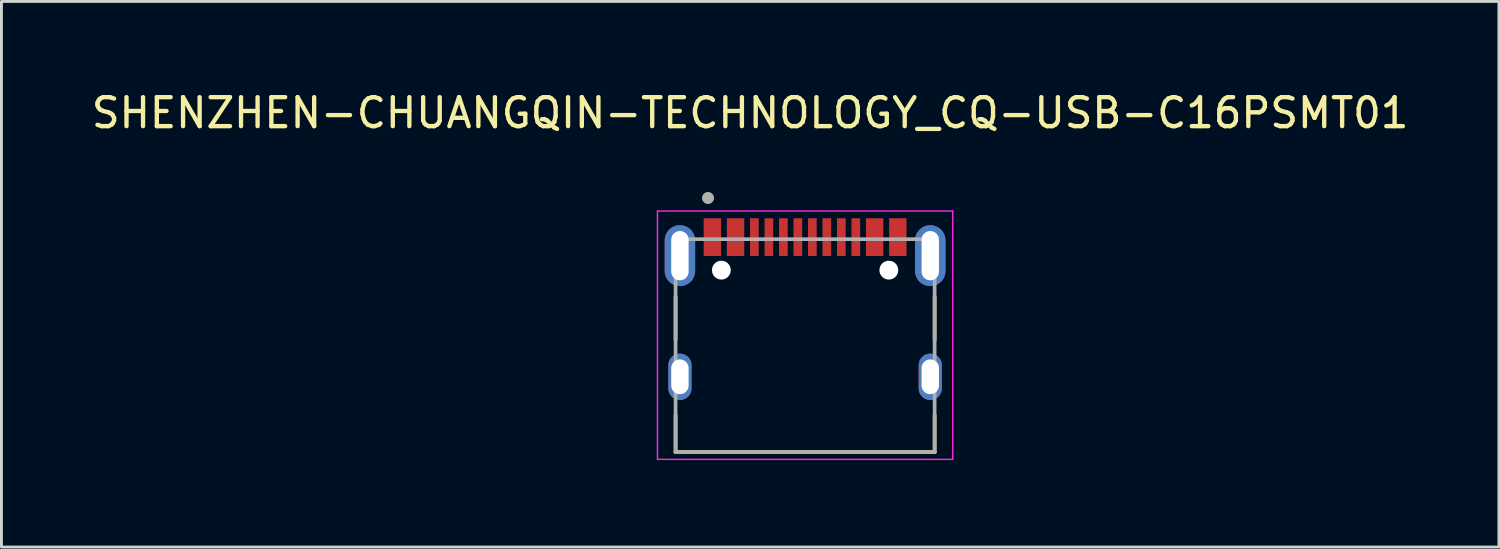
<source format=kicad_pcb>
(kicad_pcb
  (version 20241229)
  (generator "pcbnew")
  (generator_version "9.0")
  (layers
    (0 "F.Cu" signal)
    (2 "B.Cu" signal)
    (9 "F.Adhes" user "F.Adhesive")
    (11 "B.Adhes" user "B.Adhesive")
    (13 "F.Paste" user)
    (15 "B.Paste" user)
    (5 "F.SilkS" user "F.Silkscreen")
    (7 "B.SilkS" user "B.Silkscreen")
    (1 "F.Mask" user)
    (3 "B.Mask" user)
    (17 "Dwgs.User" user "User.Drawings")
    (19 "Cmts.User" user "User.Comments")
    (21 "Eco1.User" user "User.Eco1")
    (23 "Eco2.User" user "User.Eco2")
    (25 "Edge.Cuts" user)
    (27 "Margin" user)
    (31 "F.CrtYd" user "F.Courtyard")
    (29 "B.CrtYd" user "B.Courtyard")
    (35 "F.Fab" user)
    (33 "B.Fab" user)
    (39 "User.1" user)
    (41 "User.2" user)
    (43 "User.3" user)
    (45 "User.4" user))
  (footprint "SHENZHEN-CHUANGQIN-TECHNOLOGY_CQ-USB-C16PSMT01"
    (layer "F.Cu")
    (at 24.734 5.133)
    (property "Reference" "SHENZHEN-CHUANGQIN-TECHNOLOGY_CQ-USB-C16PSMT01" (at -1.895 -4.285 0) (layer "F.SilkS") (effects (font (size 1 1) (thickness 0.15))))
    (attr through_hole)
    (fp_line (start -4.47 2.05) (end -4.47 3.55) (stroke (width 0.127) (type solid)) (layer "F.SilkS"))
    (fp_line (start -4.47 6.15) (end -4.47 7.42) (stroke (width 0.127) (type solid)) (layer "F.SilkS"))
    (fp_line (start -4.47 7.42) (end 4.47 7.42) (stroke (width 0.127) (type solid)) (layer "F.SilkS"))
    (fp_line (start 4.47 2.05) (end 4.47 3.55) (stroke (width 0.127) (type solid)) (layer "F.SilkS"))
    (fp_line (start 4.47 7.42) (end 4.47 6.15) (stroke (width 0.127) (type solid)) (layer "F.SilkS"))
    (fp_circle (center -3.35 -1.35) (end -3.25 -1.35) (stroke (width 0.2) (type solid)) (fill no) (layer "F.SilkS"))
    (fp_line (start -5.095 -0.9) (end -5.095 7.67) (stroke (width 0.05) (type solid)) (layer "F.CrtYd"))
    (fp_line (start -5.095 7.67) (end 5.095 7.67) (stroke (width 0.05) (type solid)) (layer "F.CrtYd"))
    (fp_line (start 5.095 -0.9) (end -5.095 -0.9) (stroke (width 0.05) (type solid)) (layer "F.CrtYd"))
    (fp_line (start 5.095 7.67) (end 5.095 -0.9) (stroke (width 0.05) (type solid)) (layer "F.CrtYd"))
    (fp_line (start -4.47 0.07) (end -4.47 7.42) (stroke (width 0.127) (type solid)) (layer "F.Fab"))
    (fp_line (start -4.47 7.42) (end 4.47 7.42) (stroke (width 0.127) (type solid)) (layer "F.Fab"))
    (fp_line (start 4.47 0.07) (end -4.47 0.07) (stroke (width 0.127) (type solid)) (layer "F.Fab"))
    (fp_line (start 4.47 7.42) (end 4.47 0.07) (stroke (width 0.127) (type solid)) (layer "F.Fab"))
    (fp_circle (center -3.35 -1.35) (end -3.25 -1.35) (stroke (width 0.2) (type solid)) (fill no) (layer "F.Fab"))
    (pad "" np_thru_hole circle (at -2.89 1.14) (size 0.65 0.65) (drill 0.65) (layers "*.Cu" "*.Mask"))
    (pad "" np_thru_hole circle (at 2.89 1.14) (size 0.65 0.65) (drill 0.65) (layers "*.Cu" "*.Mask"))
    (pad "A1_B12" smd rect (at -3.2 0) (size 0.6 1.3) (layers "F.Cu" "F.Mask" "F.Paste"))
    (pad "A4_B9" smd rect (at -2.4 0) (size 0.6 1.3) (layers "F.Cu" "F.Mask" "F.Paste"))
    (pad "A5" smd rect (at -1.25 0) (size 0.3 1.3) (layers "F.Cu" "F.Mask" "F.Paste"))
    (pad "A6" smd rect (at -0.25 0) (size 0.3 1.3) (layers "F.Cu" "F.Mask" "F.Paste"))
    (pad "A7" smd rect (at 0.25 0) (size 0.3 1.3) (layers "F.Cu" "F.Mask" "F.Paste"))
    (pad "A8" smd rect (at 1.25 0) (size 0.3 1.3) (layers "F.Cu" "F.Mask" "F.Paste"))
    (pad "B1_A12" smd rect (at 3.2 0) (size 0.6 1.3) (layers "F.Cu" "F.Mask" "F.Paste"))
    (pad "B4_A9" smd rect (at 2.4 0) (size 0.6 1.3) (layers "F.Cu" "F.Mask" "F.Paste"))
    (pad "B5" smd rect (at 1.75 0) (size 0.3 1.3) (layers "F.Cu" "F.Mask" "F.Paste"))
    (pad "B6" smd rect (at 0.75 0) (size 0.3 1.3) (layers "F.Cu" "F.Mask" "F.Paste"))
    (pad "B7" smd rect (at -0.75 0) (size 0.3 1.3) (layers "F.Cu" "F.Mask" "F.Paste"))
    (pad "B8" smd rect (at -1.75 0) (size 0.3 1.3) (layers "F.Cu" "F.Mask" "F.Paste"))
    (pad "S1" thru_hole oval (at -4.32 0.64) (size 1.05 2.1) (drill oval 0.6 1.7) (layers "*.Cu" "*.Mask"))
    (pad "S2" thru_hole oval (at 4.32 0.64) (size 1.05 2.1) (drill oval 0.6 1.7) (layers "*.Cu" "*.Mask"))
    (pad "S3" thru_hole oval (at -4.32 4.82) (size 0.8 1.6) (drill oval 0.6 1.2) (layers "*.Cu" "*.Mask"))
    (pad "S4" thru_hole oval (at 4.32 4.82) (size 0.8 1.6) (drill oval 0.6 1.2) (layers "*.Cu" "*.Mask")))
  (gr_rect
    (start -3 -3)
    (end 48.679 15.828)
    (stroke (width 0.1) (type default))
    (fill no)
    (layer "Edge.Cuts")))
</source>
